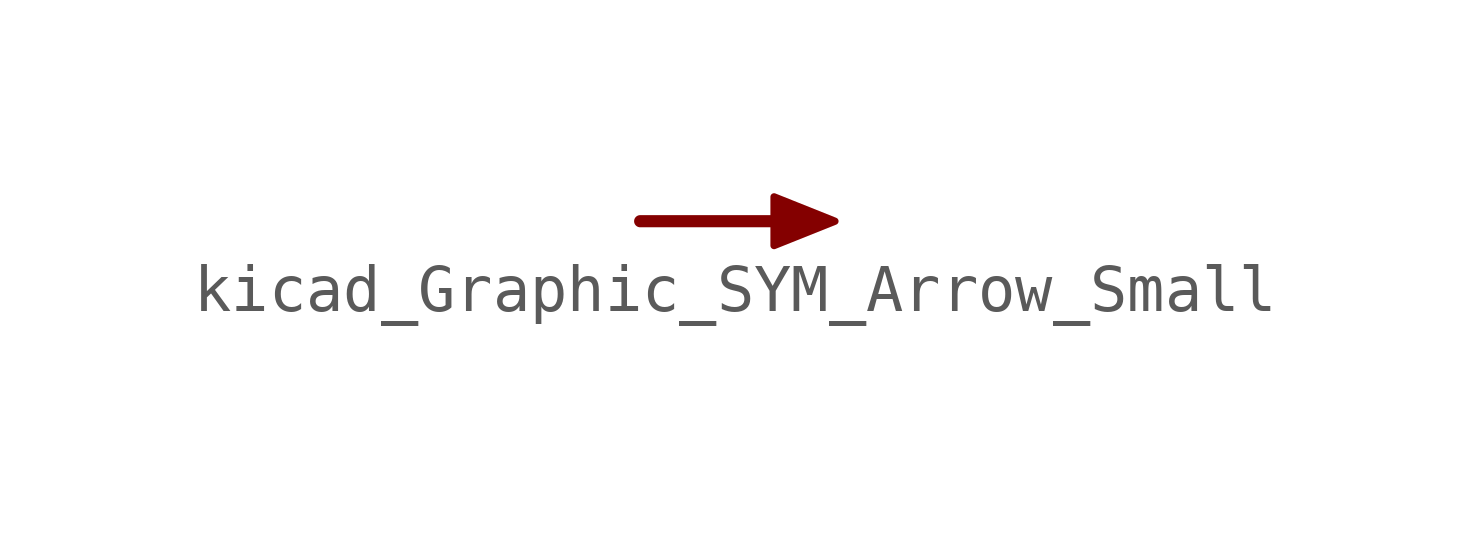
<source format=kicad_sym>
(kicad_symbol_lib
  (version 20220914)
  (generator kicad_symbol_editor)
  (symbol "kicad_Graphic_SYM_Arrow_Small"
    (property "Reference" "#SYM"
      (at 0 1.524 0)
      (effects (font (size 1.27 1.27)) hide))
    (symbol "kicad_Graphic_SYM_Arrow_Small_0_1"
      (polyline (pts (xy 1.524 0) (xy -2.032 0)) (stroke (width 0.254) (type default)) (fill (type none)))
      (polyline (pts (xy 2.032 0) (xy 0.762 -0.508) (xy 0.762 0.508) (xy 2.032 0)) (stroke (width 0) (type default)) (fill (type outline))))))
</source>
